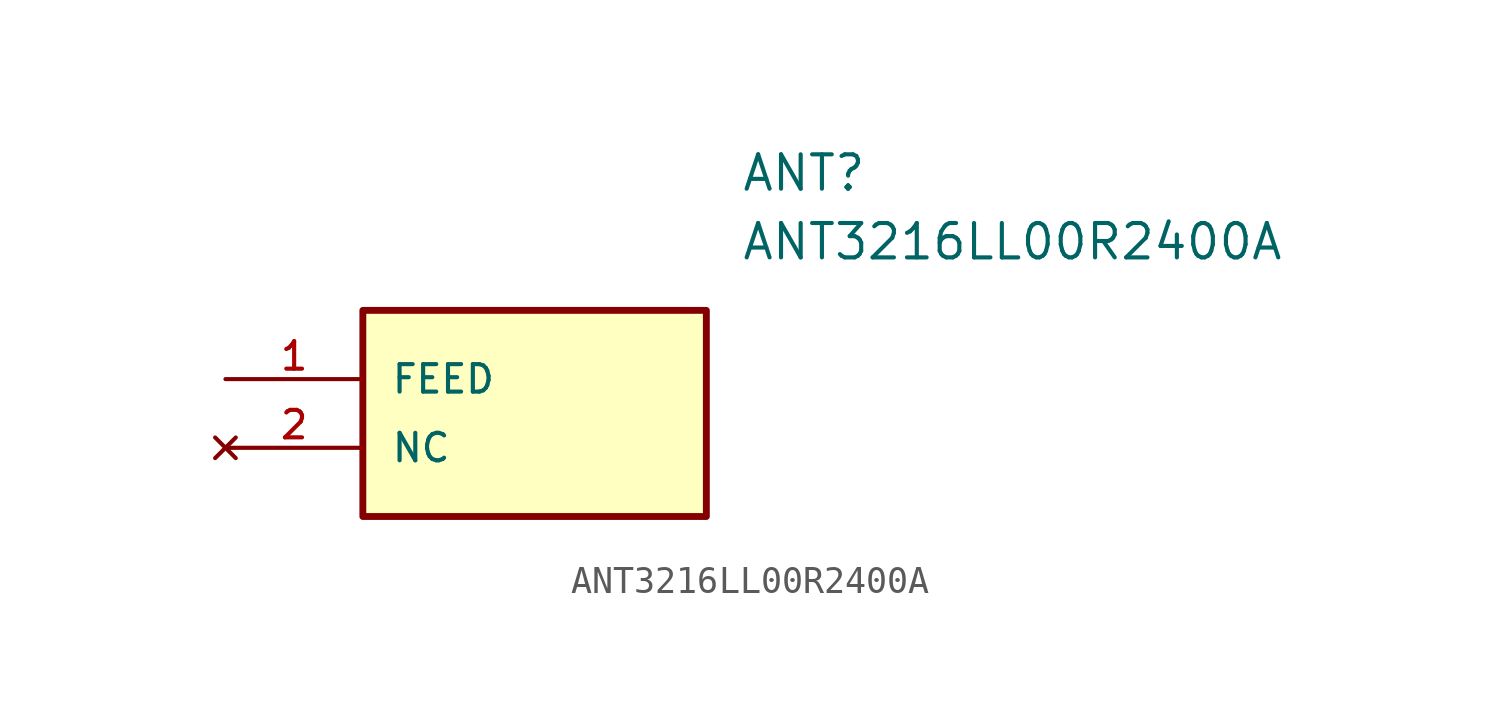
<source format=kicad_sym>
(kicad_symbol_lib
  (version 20211014)
  (generator kicad_symbol_editor)
  (symbol "ANT3216LL00R2400A"
    (pin_names
      (offset 1.016))
    (property "Reference" "ANT"
      (at 19.05 7.62 0)
      (effects (font (size 1.27 1.27)) (justify left)))
    (property "Value" "ANT3216LL00R2400A"
      (at 19.05 5.08 0)
      (effects (font (size 1.27 1.27)) (justify left)))
    (symbol "ANT3216LL00R2400A_0_0"
      (rectangle (start 5.08 -5.08) (end 17.78 2.54) (stroke (width 0.254)) (fill (type background)))
      (pin input line (at 0.0 0.0 0) (length 5.08) (name "FEED" (effects (font (size 1.016 1.016)))) (number "1" (effects (font (size 1.016 1.016)))))
      (pin no_connect line (at 0.0 -2.54 0) (length 5.08) (name "NC" (effects (font (size 1.016 1.016)))) (number "2" (effects (font (size 1.016 1.016))))))))
</source>
